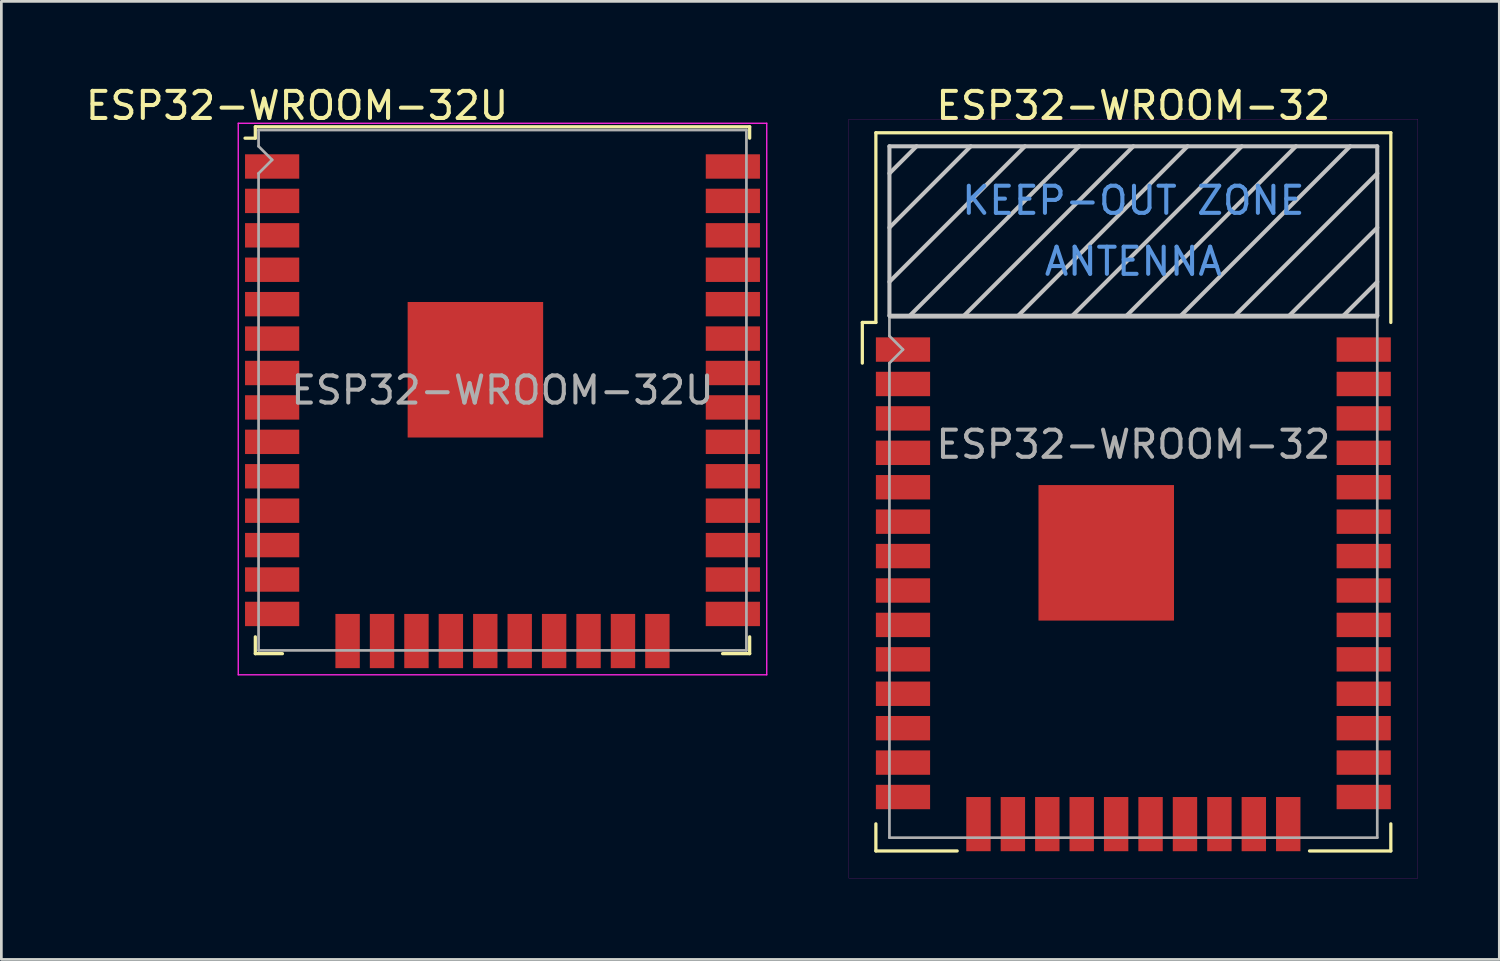
<source format=kicad_pcb>
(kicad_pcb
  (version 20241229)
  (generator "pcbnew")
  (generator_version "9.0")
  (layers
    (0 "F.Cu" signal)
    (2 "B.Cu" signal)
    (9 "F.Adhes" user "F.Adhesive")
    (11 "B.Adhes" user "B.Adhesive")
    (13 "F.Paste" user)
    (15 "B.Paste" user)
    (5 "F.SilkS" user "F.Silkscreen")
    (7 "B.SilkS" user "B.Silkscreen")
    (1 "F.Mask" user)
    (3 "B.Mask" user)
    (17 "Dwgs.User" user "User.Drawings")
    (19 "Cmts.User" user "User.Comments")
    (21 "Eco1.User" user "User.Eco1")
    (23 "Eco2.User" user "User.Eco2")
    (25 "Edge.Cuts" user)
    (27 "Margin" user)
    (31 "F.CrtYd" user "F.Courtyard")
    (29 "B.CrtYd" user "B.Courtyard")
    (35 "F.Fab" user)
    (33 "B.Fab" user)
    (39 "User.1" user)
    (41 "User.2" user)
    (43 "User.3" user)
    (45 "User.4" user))
  (footprint "ESP32-WROOM-32U"
    (layer "F.Cu")
    (at 15.491 11.348)
    (property "Reference" "ESP32-WROOM-32U" (at -7.58 -10.5 180) (layer "F.SilkS") (effects (font (size 1 1) (thickness 0.15))))
    (attr smd)
    (fp_line (start -9.12 -9.72) (end -9.12 -9.3) (stroke (width 0.12) (type solid)) (layer "F.SilkS"))
    (fp_line (start -9.12 -9.72) (end 9.12 -9.72) (stroke (width 0.12) (type solid)) (layer "F.SilkS"))
    (fp_line (start -9.12 -9.3) (end -9.5 -9.3) (stroke (width 0.12) (type solid)) (layer "F.SilkS"))
    (fp_line (start -9.12 9.1) (end -9.12 9.72) (stroke (width 0.12) (type solid)) (layer "F.SilkS"))
    (fp_line (start -9.12 9.72) (end -8.12 9.72) (stroke (width 0.12) (type solid)) (layer "F.SilkS"))
    (fp_line (start 9.12 -9.72) (end 9.12 -9.3) (stroke (width 0.12) (type solid)) (layer "F.SilkS"))
    (fp_line (start 9.12 9.1) (end 9.12 9.72) (stroke (width 0.12) (type solid)) (layer "F.SilkS"))
    (fp_line (start 9.12 9.72) (end 8.12 9.72) (stroke (width 0.12) (type solid)) (layer "F.SilkS"))
    (fp_line (start -9.75 10.5) (end -9.75 -9.85) (stroke (width 0.05) (type solid)) (layer "F.CrtYd"))
    (fp_line (start -9.75 10.5) (end 9.75 10.5) (stroke (width 0.05) (type solid)) (layer "F.CrtYd"))
    (fp_line (start 9.75 -9.85) (end -9.75 -9.85) (stroke (width 0.05) (type solid)) (layer "F.CrtYd"))
    (fp_line (start 9.75 -9.85) (end 9.75 10.5) (stroke (width 0.05) (type solid)) (layer "F.CrtYd"))
    (fp_line (start -9 -9.6) (end -9 -9) (stroke (width 0.1) (type solid)) (layer "F.Fab"))
    (fp_line (start -9 -9.6) (end 9 -9.6) (stroke (width 0.1) (type solid)) (layer "F.Fab"))
    (fp_line (start -9 -8) (end -9 9.6) (stroke (width 0.1) (type solid)) (layer "F.Fab"))
    (fp_line (start -9 -8) (end -8.5 -8.5) (stroke (width 0.1) (type solid)) (layer "F.Fab"))
    (fp_line (start -9 9.6) (end 9 9.6) (stroke (width 0.1) (type solid)) (layer "F.Fab"))
    (fp_line (start -8.5 -8.5) (end -9 -9) (stroke (width 0.1) (type solid)) (layer "F.Fab"))
    (fp_line (start 9 9.6) (end 9 -9.6) (stroke (width 0.1) (type solid)) (layer "F.Fab"))
    (fp_text user "${REFERENCE}" (at 0 0 0) (layer "F.Fab") (effects (font (size 1 1) (thickness 0.15))))
    (pad "" smd rect (at -2.75 -2.5) (size 1.3 1.3) (layers "F.Paste"))
    (pad "" smd rect (at -2.75 -0.75) (size 1.3 1.3) (layers "F.Paste"))
    (pad "" smd rect (at -2.75 1) (size 1.3 1.3) (layers "F.Paste"))
    (pad "" smd rect (at -1 -2.5) (size 1.3 1.3) (layers "F.Paste"))
    (pad "" smd rect (at -1 -0.75) (size 1.3 1.3) (layers "F.Paste"))
    (pad "" smd rect (at -1 1) (size 1.3 1.3) (layers "F.Paste"))
    (pad "" smd rect (at 0.75 -2.5) (size 1.3 1.3) (layers "F.Paste"))
    (pad "" smd rect (at 0.75 -0.75) (size 1.3 1.3) (layers "F.Paste"))
    (pad "" smd rect (at 0.75 1) (size 1.3 1.3) (layers "F.Paste"))
    (pad "1" smd rect (at -8.5 -8.255) (size 2 0.9) (layers "F.Cu" "F.Mask" "F.Paste"))
    (pad "2" smd rect (at -8.5 -6.985) (size 2 0.9) (layers "F.Cu" "F.Mask" "F.Paste"))
    (pad "3" smd rect (at -8.5 -5.715) (size 2 0.9) (layers "F.Cu" "F.Mask" "F.Paste"))
    (pad "4" smd rect (at -8.5 -4.445) (size 2 0.9) (layers "F.Cu" "F.Mask" "F.Paste"))
    (pad "5" smd rect (at -8.5 -3.175) (size 2 0.9) (layers "F.Cu" "F.Mask" "F.Paste"))
    (pad "6" smd rect (at -8.5 -1.905) (size 2 0.9) (layers "F.Cu" "F.Mask" "F.Paste"))
    (pad "7" smd rect (at -8.5 -0.635) (size 2 0.9) (layers "F.Cu" "F.Mask" "F.Paste"))
    (pad "8" smd rect (at -8.5 0.635) (size 2 0.9) (layers "F.Cu" "F.Mask" "F.Paste"))
    (pad "9" smd rect (at -8.5 1.905) (size 2 0.9) (layers "F.Cu" "F.Mask" "F.Paste"))
    (pad "10" smd rect (at -8.5 3.175) (size 2 0.9) (layers "F.Cu" "F.Mask" "F.Paste"))
    (pad "11" smd rect (at -8.5 4.445) (size 2 0.9) (layers "F.Cu" "F.Mask" "F.Paste"))
    (pad "12" smd rect (at -8.5 5.715) (size 2 0.9) (layers "F.Cu" "F.Mask" "F.Paste"))
    (pad "13" smd rect (at -8.5 6.985) (size 2 0.9) (layers "F.Cu" "F.Mask" "F.Paste"))
    (pad "14" smd rect (at -8.5 8.255) (size 2 0.9) (layers "F.Cu" "F.Mask" "F.Paste"))
    (pad "15" smd rect (at -5.715 9.255 270) (size 2 0.9) (layers "F.Cu" "F.Mask" "F.Paste"))
    (pad "16" smd rect (at -4.445 9.255 90) (size 2 0.9) (layers "F.Cu" "F.Mask" "F.Paste"))
    (pad "17" smd rect (at -3.175 9.255 90) (size 2 0.9) (layers "F.Cu" "F.Mask" "F.Paste"))
    (pad "18" smd rect (at -1.905 9.255 90) (size 2 0.9) (layers "F.Cu" "F.Mask" "F.Paste"))
    (pad "19" smd rect (at -0.635 9.255 90) (size 2 0.9) (layers "F.Cu" "F.Mask" "F.Paste"))
    (pad "20" smd rect (at 0.635 9.255 90) (size 2 0.9) (layers "F.Cu" "F.Mask" "F.Paste"))
    (pad "21" smd rect (at 1.905 9.255 90) (size 2 0.9) (layers "F.Cu" "F.Mask" "F.Paste"))
    (pad "22" smd rect (at 3.175 9.255 90) (size 2 0.9) (layers "F.Cu" "F.Mask" "F.Paste"))
    (pad "23" smd rect (at 4.445 9.255 90) (size 2 0.9) (layers "F.Cu" "F.Mask" "F.Paste"))
    (pad "24" smd rect (at 5.715 9.255 90) (size 2 0.9) (layers "F.Cu" "F.Mask" "F.Paste"))
    (pad "25" smd rect (at 8.5 8.255) (size 2 0.9) (layers "F.Cu" "F.Mask" "F.Paste"))
    (pad "26" smd rect (at 8.5 6.985) (size 2 0.9) (layers "F.Cu" "F.Mask" "F.Paste"))
    (pad "27" smd rect (at 8.5 5.715) (size 2 0.9) (layers "F.Cu" "F.Mask" "F.Paste"))
    (pad "28" smd rect (at 8.5 4.445) (size 2 0.9) (layers "F.Cu" "F.Mask" "F.Paste"))
    (pad "29" smd rect (at 8.5 3.175) (size 2 0.9) (layers "F.Cu" "F.Mask" "F.Paste"))
    (pad "30" smd rect (at 8.5 1.905) (size 2 0.9) (layers "F.Cu" "F.Mask" "F.Paste"))
    (pad "31" smd rect (at 8.5 0.635) (size 2 0.9) (layers "F.Cu" "F.Mask" "F.Paste"))
    (pad "32" smd rect (at 8.5 -0.635) (size 2 0.9) (layers "F.Cu" "F.Mask" "F.Paste"))
    (pad "33" smd rect (at 8.5 -1.905) (size 2 0.9) (layers "F.Cu" "F.Mask" "F.Paste"))
    (pad "34" smd rect (at 8.5 -3.175) (size 2 0.9) (layers "F.Cu" "F.Mask" "F.Paste"))
    (pad "35" smd rect (at 8.5 -4.445) (size 2 0.9) (layers "F.Cu" "F.Mask" "F.Paste"))
    (pad "36" smd rect (at 8.5 -5.715) (size 2 0.9) (layers "F.Cu" "F.Mask" "F.Paste"))
    (pad "37" smd rect (at 8.5 -6.985) (size 2 0.9) (layers "F.Cu" "F.Mask" "F.Paste"))
    (pad "38" smd rect (at 8.5 -8.255) (size 2 0.9) (layers "F.Cu" "F.Mask" "F.Paste"))
    (pad "39" smd rect (at -1 -0.755) (size 5 5) (layers "F.Cu" "F.Mask")))
  (footprint "ESP32-WROOM-32"
    (layer "F.Cu")
    (at 38.768 15.098)
    (property "Reference" "ESP32-WROOM-32" (at 0 -14.25 0) (layer "F.SilkS") (effects (font (size 1 1) (thickness 0.15))))
    (attr smd)
    (fp_line (start -10 -6.25) (end -9.5 -6.25) (stroke (width 0.12) (type solid)) (layer "F.SilkS"))
    (fp_line (start -10 -4.75) (end -10 -6.25) (stroke (width 0.12) (type solid)) (layer "F.SilkS"))
    (fp_line (start -9.5 -13.25) (end 9.5 -13.25) (stroke (width 0.12) (type solid)) (layer "F.SilkS"))
    (fp_line (start -9.5 -6.25) (end -9.5 -13.25) (stroke (width 0.12) (type solid)) (layer "F.SilkS"))
    (fp_line (start -9.5 13.25) (end -9.5 12.25) (stroke (width 0.12) (type solid)) (layer "F.SilkS"))
    (fp_line (start -6.5 13.25) (end -9.5 13.25) (stroke (width 0.12) (type solid)) (layer "F.SilkS"))
    (fp_line (start 9.5 -13.25) (end 9.5 -6.25) (stroke (width 0.12) (type solid)) (layer "F.SilkS"))
    (fp_line (start 9.5 12.25) (end 9.5 13.25) (stroke (width 0.12) (type solid)) (layer "F.SilkS"))
    (fp_line (start 9.5 13.25) (end 6.5 13.25) (stroke (width 0.12) (type solid)) (layer "F.SilkS"))
    (fp_line (start -9 -12.75) (end -9 -6.5) (stroke (width 0.15) (type solid)) (layer "Dwgs.User"))
    (fp_line (start -9 -11.75) (end -8 -12.75) (stroke (width 0.15) (type solid)) (layer "Dwgs.User"))
    (fp_line (start -9 -9.75) (end -6 -12.75) (stroke (width 0.15) (type solid)) (layer "Dwgs.User"))
    (fp_line (start -9 -7.75) (end -4 -12.75) (stroke (width 0.15) (type solid)) (layer "Dwgs.User"))
    (fp_line (start -9 -6.5) (end 9 -6.5) (stroke (width 0.15) (type solid)) (layer "Dwgs.User"))
    (fp_line (start -8.25 -6.5) (end -2 -12.75) (stroke (width 0.15) (type solid)) (layer "Dwgs.User"))
    (fp_line (start -6.25 -6.5) (end 0 -12.75) (stroke (width 0.15) (type solid)) (layer "Dwgs.User"))
    (fp_line (start -4.25 -6.5) (end 2 -12.75) (stroke (width 0.15) (type solid)) (layer "Dwgs.User"))
    (fp_line (start -2.25 -6.5) (end 4 -12.75) (stroke (width 0.15) (type solid)) (layer "Dwgs.User"))
    (fp_line (start -0.25 -6.5) (end 6 -12.75) (stroke (width 0.15) (type solid)) (layer "Dwgs.User"))
    (fp_line (start 1.75 -6.5) (end 8 -12.75) (stroke (width 0.15) (type solid)) (layer "Dwgs.User"))
    (fp_line (start 3.75 -6.5) (end 9 -11.75) (stroke (width 0.15) (type solid)) (layer "Dwgs.User"))
    (fp_line (start 5.75 -6.5) (end 9 -9.75) (stroke (width 0.15) (type solid)) (layer "Dwgs.User"))
    (fp_line (start 7.75 -6.5) (end 9 -7.75) (stroke (width 0.15) (type solid)) (layer "Dwgs.User"))
    (fp_line (start 9 -12.75) (end -9 -12.75) (stroke (width 0.15) (type solid)) (layer "Dwgs.User"))
    (fp_line (start 9 -6.5) (end 9 -12.75) (stroke (width 0.15) (type solid)) (layer "Dwgs.User"))
    (fp_line (start -10.5 -13.75) (end 10.5 -13.75) (stroke (width 0.005) (type solid)) (layer "F.CrtYd"))
    (fp_line (start -10.5 14.25) (end -10.5 -13.75) (stroke (width 0.005) (type solid)) (layer "F.CrtYd"))
    (fp_line (start 10.5 -13.75) (end 10.5 14.25) (stroke (width 0.005) (type solid)) (layer "F.CrtYd"))
    (fp_line (start 10.5 14.25) (end -10.5 14.25) (stroke (width 0.005) (type solid)) (layer "F.CrtYd"))
    (fp_line (start -9 -12.74) (end -9 -5.75) (stroke (width 0.1) (type solid)) (layer "F.Fab"))
    (fp_line (start -9 -12.74) (end 9 -12.74) (stroke (width 0.1) (type solid)) (layer "F.Fab"))
    (fp_line (start -9 -6.44) (end 9 -6.44) (stroke (width 0.1) (type solid)) (layer "F.Fab"))
    (fp_line (start -9 -5.75) (end -8.5 -5.25) (stroke (width 0.1) (type solid)) (layer "F.Fab"))
    (fp_line (start -9 12.76) (end -9 -4.75) (stroke (width 0.1) (type solid)) (layer "F.Fab"))
    (fp_line (start -8.5 -5.25) (end -9 -4.75) (stroke (width 0.1) (type solid)) (layer "F.Fab"))
    (fp_line (start 9 -12.74) (end 9 12.76) (stroke (width 0.1) (type solid)) (layer "F.Fab"))
    (fp_line (start 9 12.76) (end -9 12.76) (stroke (width 0.1) (type solid)) (layer "F.Fab"))
    (fp_text user "ANTENNA" (at 0 -8.5 0) (layer "Cmts.User") (effects (font (size 1 1) (thickness 0.15))))
    (fp_text user "KEEP-OUT ZONE" (at 0 -10.75 0) (layer "Cmts.User") (effects (font (size 1 1) (thickness 0.15))))
    (fp_text user "${REFERENCE}" (at 0 -1.75 0) (layer "F.Fab") (effects (font (size 1 1) (thickness 0.15))))
    (pad "1" smd rect (at -8.5 -5.25) (size 2 0.9) (layers "F.Cu" "F.Mask" "F.Paste"))
    (pad "2" smd rect (at -8.5 -3.98) (size 2 0.9) (layers "F.Cu" "F.Mask" "F.Paste"))
    (pad "3" smd rect (at -8.5 -2.71) (size 2 0.9) (layers "F.Cu" "F.Mask" "F.Paste"))
    (pad "4" smd rect (at -8.5 -1.44) (size 2 0.9) (layers "F.Cu" "F.Mask" "F.Paste"))
    (pad "5" smd rect (at -8.5 -0.17) (size 2 0.9) (layers "F.Cu" "F.Mask" "F.Paste"))
    (pad "6" smd rect (at -8.5 1.1) (size 2 0.9) (layers "F.Cu" "F.Mask" "F.Paste"))
    (pad "7" smd rect (at -8.5 2.37) (size 2 0.9) (layers "F.Cu" "F.Mask" "F.Paste"))
    (pad "8" smd rect (at -8.5 3.64) (size 2 0.9) (layers "F.Cu" "F.Mask" "F.Paste"))
    (pad "9" smd rect (at -8.5 4.91) (size 2 0.9) (layers "F.Cu" "F.Mask" "F.Paste"))
    (pad "10" smd rect (at -8.5 6.18) (size 2 0.9) (layers "F.Cu" "F.Mask" "F.Paste"))
    (pad "11" smd rect (at -8.5 7.45) (size 2 0.9) (layers "F.Cu" "F.Mask" "F.Paste"))
    (pad "12" smd rect (at -8.5 8.72) (size 2 0.9) (layers "F.Cu" "F.Mask" "F.Paste"))
    (pad "13" smd rect (at -8.5 9.99) (size 2 0.9) (layers "F.Cu" "F.Mask" "F.Paste"))
    (pad "14" smd rect (at -8.5 11.26) (size 2 0.9) (layers "F.Cu" "F.Mask" "F.Paste"))
    (pad "15" smd rect (at -5.715 12.26 90) (size 2 0.9) (layers "F.Cu" "F.Mask" "F.Paste"))
    (pad "16" smd rect (at -4.445 12.26 90) (size 2 0.9) (layers "F.Cu" "F.Mask" "F.Paste"))
    (pad "17" smd rect (at -3.175 12.26 90) (size 2 0.9) (layers "F.Cu" "F.Mask" "F.Paste"))
    (pad "18" smd rect (at -1.905 12.26 90) (size 2 0.9) (layers "F.Cu" "F.Mask" "F.Paste"))
    (pad "19" smd rect (at -0.635 12.26 90) (size 2 0.9) (layers "F.Cu" "F.Mask" "F.Paste"))
    (pad "20" smd rect (at 0.635 12.26 90) (size 2 0.9) (layers "F.Cu" "F.Mask" "F.Paste"))
    (pad "21" smd rect (at 1.905 12.26 90) (size 2 0.9) (layers "F.Cu" "F.Mask" "F.Paste"))
    (pad "22" smd rect (at 3.175 12.26 90) (size 2 0.9) (layers "F.Cu" "F.Mask" "F.Paste"))
    (pad "23" smd rect (at 4.445 12.26 90) (size 2 0.9) (layers "F.Cu" "F.Mask" "F.Paste"))
    (pad "24" smd rect (at 5.715 12.26 90) (size 2 0.9) (layers "F.Cu" "F.Mask" "F.Paste"))
    (pad "25" smd rect (at 8.5 11.26) (size 2 0.9) (layers "F.Cu" "F.Mask" "F.Paste"))
    (pad "26" smd rect (at 8.5 9.99) (size 2 0.9) (layers "F.Cu" "F.Mask" "F.Paste"))
    (pad "27" smd rect (at 8.5 8.72) (size 2 0.9) (layers "F.Cu" "F.Mask" "F.Paste"))
    (pad "28" smd rect (at 8.5 7.45) (size 2 0.9) (layers "F.Cu" "F.Mask" "F.Paste"))
    (pad "29" smd rect (at 8.5 6.18) (size 2 0.9) (layers "F.Cu" "F.Mask" "F.Paste"))
    (pad "30" smd rect (at 8.5 4.91) (size 2 0.9) (layers "F.Cu" "F.Mask" "F.Paste"))
    (pad "31" smd rect (at 8.5 3.64) (size 2 0.9) (layers "F.Cu" "F.Mask" "F.Paste"))
    (pad "32" smd rect (at 8.5 2.37) (size 2 0.9) (layers "F.Cu" "F.Mask" "F.Paste"))
    (pad "33" smd rect (at 8.5 1.1) (size 2 0.9) (layers "F.Cu" "F.Mask" "F.Paste"))
    (pad "34" smd rect (at 8.5 -0.17) (size 2 0.9) (layers "F.Cu" "F.Mask" "F.Paste"))
    (pad "35" smd rect (at 8.5 -1.44) (size 2 0.9) (layers "F.Cu" "F.Mask" "F.Paste"))
    (pad "36" smd rect (at 8.5 -2.71) (size 2 0.9) (layers "F.Cu" "F.Mask" "F.Paste"))
    (pad "37" smd rect (at 8.5 -3.98) (size 2 0.9) (layers "F.Cu" "F.Mask" "F.Paste"))
    (pad "38" smd rect (at 8.5 -5.25) (size 2 0.9) (layers "F.Cu" "F.Mask" "F.Paste"))
    (pad "39" smd rect (at -1 2.25) (size 5 5) (layers "F.Cu" "F.Mask" "F.Paste")))
  (gr_rect
    (start -3 -3)
    (end 52.271 32.351)
    (stroke (width 0.1) (type default))
    (fill no)
    (layer "Edge.Cuts")))
</source>
